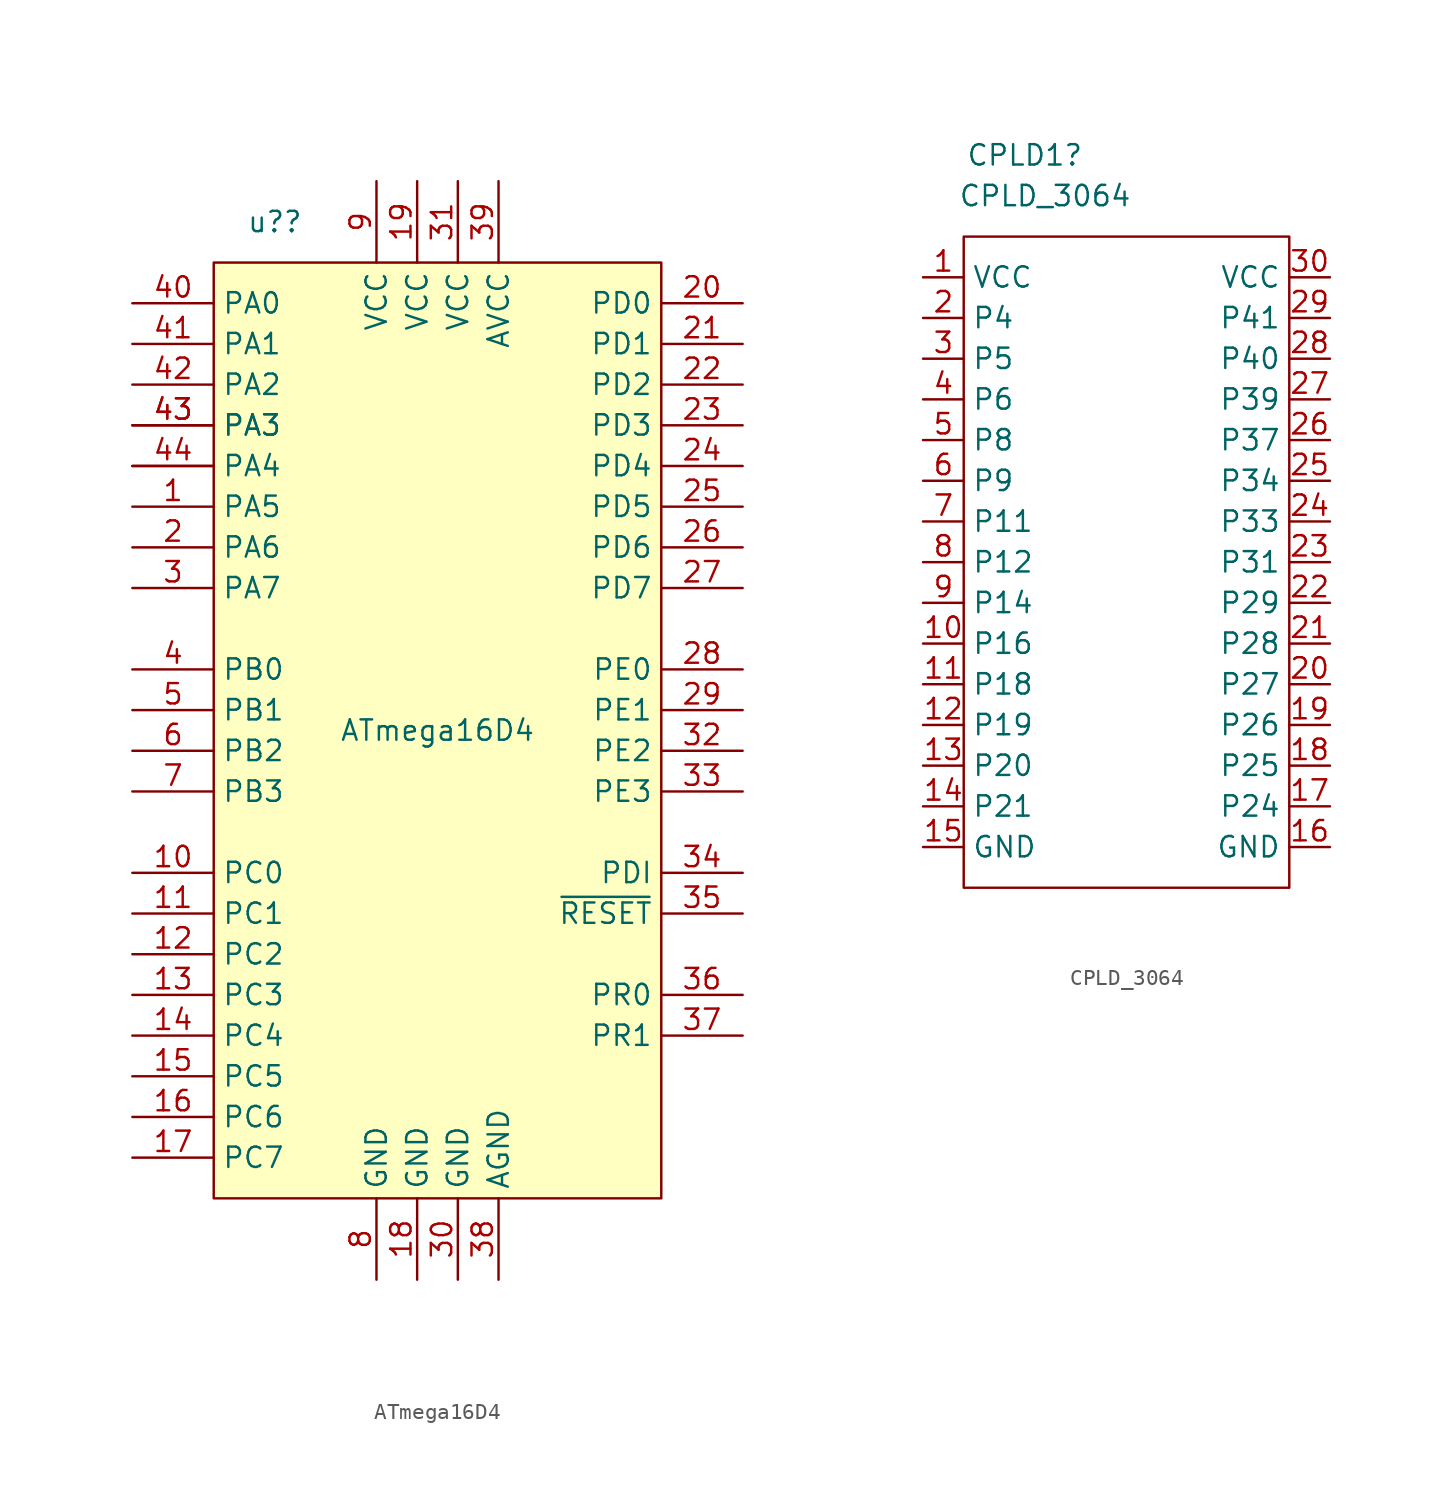
<source format=kicad_sym>
(kicad_symbol_lib
  (version 20220914)
  (generator kicad_symbol_editor)
  (symbol "ATmega16D4"
    (property "Reference" "u?"
      (at -10.16 31.75 0)
      (effects (font (size 1.27 1.27))))
    (property "Value" "ATmega16D4"
      (at 0 0 0)
      (effects (font (size 1.27 1.27))))
    (symbol "ATmega16D4_1_0"
      (rectangle (start -13.97 29.21) (end 13.97 -29.21) (stroke (width 0) (type default)) (fill (type background)))
      (pin bidirectional line (at -19.05 16.51 0) (length 5.08) (name "" (effects (font (size 1.27 1.27)))) (number "" (effects (font (size 1.27 1.27)))))
      (pin bidirectional line (at -19.05 13.97 0) (length 5.08) (name "PA5" (effects (font (size 1.27 1.27)))) (number "1" (effects (font (size 1.27 1.27)))) (alternate "ADC5" bidirectional line))
      (pin bidirectional line (at -19.05 -8.89 0) (length 5.08) (name "PC0" (effects (font (size 1.27 1.27)))) (number "10" (effects (font (size 1.27 1.27)))) (alternate "OC0A" bidirectional line) (alternate "SDA" bidirectional line))
      (pin bidirectional line (at -19.05 -11.43 0) (length 5.08) (name "PC1" (effects (font (size 1.27 1.27)))) (number "11" (effects (font (size 1.27 1.27)))) (alternate "OC0B" bidirectional line) (alternate "SCL" bidirectional line) (alternate "XCK0" bidirectional line))
      (pin bidirectional line (at -19.05 -13.97 0) (length 5.08) (name "PC2" (effects (font (size 1.27 1.27)))) (number "12" (effects (font (size 1.27 1.27)))) (alternate "OC0C" bidirectional line) (alternate "RXD0" bidirectional line))
      (pin bidirectional line (at -19.05 -16.51 0) (length 5.08) (name "PC3" (effects (font (size 1.27 1.27)))) (number "13" (effects (font (size 1.27 1.27)))) (alternate "OC0D\"\"" bidirectional line) (alternate "TXD0" bidirectional line))
      (pin bidirectional line (at -19.05 -19.05 0) (length 5.08) (name "PC4" (effects (font (size 1.27 1.27)))) (number "14" (effects (font (size 1.27 1.27)))) (alternate "OC1A" bidirectional line) (alternate "~{SS}" bidirectional line))
      (pin bidirectional line (at -19.05 -21.59 0) (length 5.08) (name "PC5" (effects (font (size 1.27 1.27)))) (number "15" (effects (font (size 1.27 1.27)))) (alternate "MOSI" bidirectional line) (alternate "OC1B" bidirectional line))
      (pin bidirectional line (at -19.05 -24.13 0) (length 5.08) (name "PC6" (effects (font (size 1.27 1.27)))) (number "16" (effects (font (size 1.27 1.27)))) (alternate "MISO" bidirectional line))
      (pin bidirectional line (at -19.05 -26.67 0) (length 5.08) (name "PC7" (effects (font (size 1.27 1.27)))) (number "17" (effects (font (size 1.27 1.27)))) (alternate "SCK" bidirectional line))
      (pin power_in line (at -1.27 -34.29 90) (length 5.08) (name "GND" (effects (font (size 1.27 1.27)))) (number "18" (effects (font (size 1.27 1.27)))))
      (pin power_in line (at -1.27 34.29 270) (length 5.08) (name "VCC" (effects (font (size 1.27 1.27)))) (number "19" (effects (font (size 1.27 1.27)))))
      (pin bidirectional line (at -19.05 11.43 0) (length 5.08) (name "PA6" (effects (font (size 1.27 1.27)))) (number "2" (effects (font (size 1.27 1.27)))) (alternate "ADC6" bidirectional line))
      (pin bidirectional line (at 19.05 26.67 180) (length 5.08) (name "PD0" (effects (font (size 1.27 1.27)))) (number "20" (effects (font (size 1.27 1.27)))) (alternate "OC0A" bidirectional line))
      (pin bidirectional line (at 19.05 24.13 180) (length 5.08) (name "PD1" (effects (font (size 1.27 1.27)))) (number "21" (effects (font (size 1.27 1.27)))) (alternate "OC0B" bidirectional line) (alternate "XCK0" bidirectional line))
      (pin bidirectional line (at 19.05 21.59 180) (length 5.08) (name "PD2" (effects (font (size 1.27 1.27)))) (number "22" (effects (font (size 1.27 1.27)))) (alternate "OC0C" bidirectional line) (alternate "RXD0" bidirectional line))
      (pin bidirectional line (at 19.05 19.05 180) (length 5.08) (name "PD3" (effects (font (size 1.27 1.27)))) (number "23" (effects (font (size 1.27 1.27)))) (alternate "OC0D" bidirectional line) (alternate "TXD0" bidirectional line))
      (pin bidirectional line (at 19.05 16.51 180) (length 5.08) (name "PD4" (effects (font (size 1.27 1.27)))) (number "24" (effects (font (size 1.27 1.27)))) (alternate "~{SS}" bidirectional line))
      (pin bidirectional line (at 19.05 13.97 180) (length 5.08) (name "PD5" (effects (font (size 1.27 1.27)))) (number "25" (effects (font (size 1.27 1.27)))) (alternate "MOSI" bidirectional line))
      (pin bidirectional line (at 19.05 11.43 180) (length 5.08) (name "PD6" (effects (font (size 1.27 1.27)))) (number "26" (effects (font (size 1.27 1.27)))) (alternate "MISO" bidirectional line))
      (pin bidirectional line (at 19.05 8.89 180) (length 5.08) (name "PD7" (effects (font (size 1.27 1.27)))) (number "27" (effects (font (size 1.27 1.27)))) (alternate "SCK" bidirectional line))
      (pin bidirectional line (at 19.05 3.81 180) (length 5.08) (name "PE0" (effects (font (size 1.27 1.27)))) (number "28" (effects (font (size 1.27 1.27)))) (alternate "OC0A" bidirectional line) (alternate "SDA" bidirectional line))
      (pin bidirectional line (at 19.05 1.27 180) (length 5.08) (name "PE1" (effects (font (size 1.27 1.27)))) (number "29" (effects (font (size 1.27 1.27)))) (alternate "OC0B" bidirectional line) (alternate "SCL" bidirectional line))
      (pin bidirectional line (at -19.05 8.89 0) (length 5.08) (name "PA7" (effects (font (size 1.27 1.27)))) (number "3" (effects (font (size 1.27 1.27)))) (alternate "ADC7" bidirectional line))
      (pin power_in line (at 1.27 -34.29 90) (length 5.08) (name "GND" (effects (font (size 1.27 1.27)))) (number "30" (effects (font (size 1.27 1.27)))))
      (pin power_in line (at 1.27 34.29 270) (length 5.08) (name "VCC" (effects (font (size 1.27 1.27)))) (number "31" (effects (font (size 1.27 1.27)))))
      (pin bidirectional line (at 19.05 -1.27 180) (length 5.08) (name "PE2" (effects (font (size 1.27 1.27)))) (number "32" (effects (font (size 1.27 1.27)))) (alternate "OC0C" bidirectional line))
      (pin bidirectional line (at 19.05 -3.81 180) (length 5.08) (name "PE3" (effects (font (size 1.27 1.27)))) (number "33" (effects (font (size 1.27 1.27)))) (alternate "OC0D" bidirectional line))
      (pin bidirectional line (at 19.05 -8.89 180) (length 5.08) (name "PDI" (effects (font (size 1.27 1.27)))) (number "34" (effects (font (size 1.27 1.27)))) (alternate "PDI_DATA" bidirectional line))
      (pin bidirectional line (at 19.05 -11.43 180) (length 5.08) (name "~{RESET}" (effects (font (size 1.27 1.27)))) (number "35" (effects (font (size 1.27 1.27)))) (alternate "PDI_CLK" bidirectional line))
      (pin bidirectional line (at 19.05 -16.51 180) (length 5.08) (name "PR0" (effects (font (size 1.27 1.27)))) (number "36" (effects (font (size 1.27 1.27)))) (alternate "XTAL2" bidirectional line))
      (pin bidirectional line (at 19.05 -19.05 180) (length 5.08) (name "PR1" (effects (font (size 1.27 1.27)))) (number "37" (effects (font (size 1.27 1.27)))) (alternate "TOSC1" bidirectional line) (alternate "XTAL1" bidirectional line))
      (pin power_in line (at 3.81 -34.29 90) (length 5.08) (name "AGND" (effects (font (size 1.27 1.27)))) (number "38" (effects (font (size 1.27 1.27)))))
      (pin power_in line (at 3.81 34.29 270) (length 5.08) (name "AVCC" (effects (font (size 1.27 1.27)))) (number "39" (effects (font (size 1.27 1.27)))))
      (pin bidirectional line (at -19.05 3.81 0) (length 5.08) (name "PB0" (effects (font (size 1.27 1.27)))) (number "4" (effects (font (size 1.27 1.27)))) (alternate "ADC8" bidirectional line) (alternate "AREFB" bidirectional line))
      (pin bidirectional line (at -19.05 26.67 0) (length 5.08) (name "PA0" (effects (font (size 1.27 1.27)))) (number "40" (effects (font (size 1.27 1.27)))) (alternate "ADC0" bidirectional line) (alternate "AREFA" bidirectional line))
      (pin bidirectional line (at -19.05 24.13 0) (length 5.08) (name "PA1" (effects (font (size 1.27 1.27)))) (number "41" (effects (font (size 1.27 1.27)))) (alternate "ADC1" bidirectional line))
      (pin bidirectional line (at -19.05 21.59 0) (length 5.08) (name "PA2" (effects (font (size 1.27 1.27)))) (number "42" (effects (font (size 1.27 1.27)))) (alternate "ADC2" bidirectional line))
      (pin bidirectional line (at -19.05 19.05 0) (length 5.08) (name "PA3" (effects (font (size 1.27 1.27)))) (number "43" (effects (font (size 1.27 1.27)))) (alternate "ADC3" bidirectional line))
      (pin bidirectional line (at -19.05 19.05 0) (length 5.08) (name "PA3" (effects (font (size 1.27 1.27)))) (number "43" (effects (font (size 1.27 1.27)))) (alternate "ADC3" bidirectional line))
      (pin bidirectional line (at -19.05 16.51 0) (length 5.08) (name "PA4" (effects (font (size 1.27 1.27)))) (number "44" (effects (font (size 1.27 1.27)))) (alternate "ADC4" bidirectional line))
      (pin bidirectional line (at -19.05 1.27 0) (length 5.08) (name "PB1" (effects (font (size 1.27 1.27)))) (number "5" (effects (font (size 1.27 1.27)))) (alternate "ADC9" bidirectional line))
      (pin bidirectional line (at -19.05 -1.27 0) (length 5.08) (name "PB2" (effects (font (size 1.27 1.27)))) (number "6" (effects (font (size 1.27 1.27)))) (alternate "ADC10" bidirectional line))
      (pin bidirectional line (at -19.05 -3.81 0) (length 5.08) (name "PB3" (effects (font (size 1.27 1.27)))) (number "7" (effects (font (size 1.27 1.27)))) (alternate "ADC11" bidirectional line))
      (pin power_out line (at -3.81 -34.29 90) (length 5.08) (name "GND" (effects (font (size 1.27 1.27)))) (number "8" (effects (font (size 1.27 1.27)))))
      (pin power_in line (at -3.81 34.29 270) (length 5.08) (name "VCC" (effects (font (size 1.27 1.27)))) (number "9" (effects (font (size 1.27 1.27)))))))
  (symbol "CPLD_3064"
    (property "Reference" "CPLD1"
      (at 6.35 7.62 0)
      (effects (font (size 1.27 1.27))))
    (property "Value" "CPLD_3064"
      (at 7.62 5.08 0)
      (effects (font (size 1.27 1.27))))
    (symbol "CPLD_3064_0_1"
      (polyline (pts (xy 2.54 2.54) (xy 2.54 -38.1) (xy 22.86 -38.1) (xy 22.86 2.54) (xy 2.54 2.54)) (stroke (width 0) (type default)) (fill (type none))))
    (symbol "CPLD_3064_1_1"
      (pin input line (at 0 0 0) (length 2.54) (name "VCC" (effects (font (size 1.27 1.27)))) (number "1" (effects (font (size 1.27 1.27)))))
      (pin input line (at 0 -22.86 0) (length 2.54) (name "P16" (effects (font (size 1.27 1.27)))) (number "10" (effects (font (size 1.27 1.27)))))
      (pin input line (at 0 -25.4 0) (length 2.54) (name "P18" (effects (font (size 1.27 1.27)))) (number "11" (effects (font (size 1.27 1.27)))))
      (pin input line (at 0 -27.94 0) (length 2.54) (name "P19" (effects (font (size 1.27 1.27)))) (number "12" (effects (font (size 1.27 1.27)))))
      (pin input line (at 0 -30.48 0) (length 2.54) (name "P20" (effects (font (size 1.27 1.27)))) (number "13" (effects (font (size 1.27 1.27)))))
      (pin input line (at 0 -33.02 0) (length 2.54) (name "P21" (effects (font (size 1.27 1.27)))) (number "14" (effects (font (size 1.27 1.27)))))
      (pin input line (at 0 -35.56 0) (length 2.54) (name "GND" (effects (font (size 1.27 1.27)))) (number "15" (effects (font (size 1.27 1.27)))))
      (pin input line (at 25.4 -35.56 180) (length 2.54) (name "GND" (effects (font (size 1.27 1.27)))) (number "16" (effects (font (size 1.27 1.27)))))
      (pin input line (at 25.4 -33.02 180) (length 2.54) (name "P24" (effects (font (size 1.27 1.27)))) (number "17" (effects (font (size 1.27 1.27)))))
      (pin input line (at 25.4 -30.48 180) (length 2.54) (name "P25" (effects (font (size 1.27 1.27)))) (number "18" (effects (font (size 1.27 1.27)))))
      (pin input line (at 25.4 -27.94 180) (length 2.54) (name "P26" (effects (font (size 1.27 1.27)))) (number "19" (effects (font (size 1.27 1.27)))))
      (pin input line (at 0 -2.54 0) (length 2.54) (name "P4" (effects (font (size 1.27 1.27)))) (number "2" (effects (font (size 1.27 1.27)))))
      (pin input line (at 25.4 -25.4 180) (length 2.54) (name "P27" (effects (font (size 1.27 1.27)))) (number "20" (effects (font (size 1.27 1.27)))))
      (pin input line (at 25.4 -22.86 180) (length 2.54) (name "P28" (effects (font (size 1.27 1.27)))) (number "21" (effects (font (size 1.27 1.27)))))
      (pin input line (at 25.4 -20.32 180) (length 2.54) (name "P29" (effects (font (size 1.27 1.27)))) (number "22" (effects (font (size 1.27 1.27)))))
      (pin input line (at 25.4 -17.78 180) (length 2.54) (name "P31" (effects (font (size 1.27 1.27)))) (number "23" (effects (font (size 1.27 1.27)))))
      (pin input line (at 25.4 -15.24 180) (length 2.54) (name "P33" (effects (font (size 1.27 1.27)))) (number "24" (effects (font (size 1.27 1.27)))))
      (pin input line (at 25.4 -12.7 180) (length 2.54) (name "P34" (effects (font (size 1.27 1.27)))) (number "25" (effects (font (size 1.27 1.27)))))
      (pin input line (at 25.4 -10.16 180) (length 2.54) (name "P37" (effects (font (size 1.27 1.27)))) (number "26" (effects (font (size 1.27 1.27)))))
      (pin input line (at 25.4 -7.62 180) (length 2.54) (name "P39" (effects (font (size 1.27 1.27)))) (number "27" (effects (font (size 1.27 1.27)))))
      (pin input line (at 25.4 -5.08 180) (length 2.54) (name "P40" (effects (font (size 1.27 1.27)))) (number "28" (effects (font (size 1.27 1.27)))))
      (pin input line (at 25.4 -2.54 180) (length 2.54) (name "P41" (effects (font (size 1.27 1.27)))) (number "29" (effects (font (size 1.27 1.27)))))
      (pin input line (at 0 -5.08 0) (length 2.54) (name "P5" (effects (font (size 1.27 1.27)))) (number "3" (effects (font (size 1.27 1.27)))))
      (pin input line (at 25.4 0 180) (length 2.54) (name "VCC" (effects (font (size 1.27 1.27)))) (number "30" (effects (font (size 1.27 1.27)))))
      (pin input line (at 0 -7.62 0) (length 2.54) (name "P6" (effects (font (size 1.27 1.27)))) (number "4" (effects (font (size 1.27 1.27)))))
      (pin input line (at 0 -10.16 0) (length 2.54) (name "P8" (effects (font (size 1.27 1.27)))) (number "5" (effects (font (size 1.27 1.27)))))
      (pin input line (at 0 -12.7 0) (length 2.54) (name "P9" (effects (font (size 1.27 1.27)))) (number "6" (effects (font (size 1.27 1.27)))))
      (pin input line (at 0 -15.24 0) (length 2.54) (name "P11" (effects (font (size 1.27 1.27)))) (number "7" (effects (font (size 1.27 1.27)))))
      (pin input line (at 0 -17.78 0) (length 2.54) (name "P12" (effects (font (size 1.27 1.27)))) (number "8" (effects (font (size 1.27 1.27)))))
      (pin input line (at 0 -20.32 0) (length 2.54) (name "P14" (effects (font (size 1.27 1.27)))) (number "9" (effects (font (size 1.27 1.27))))))))
</source>
